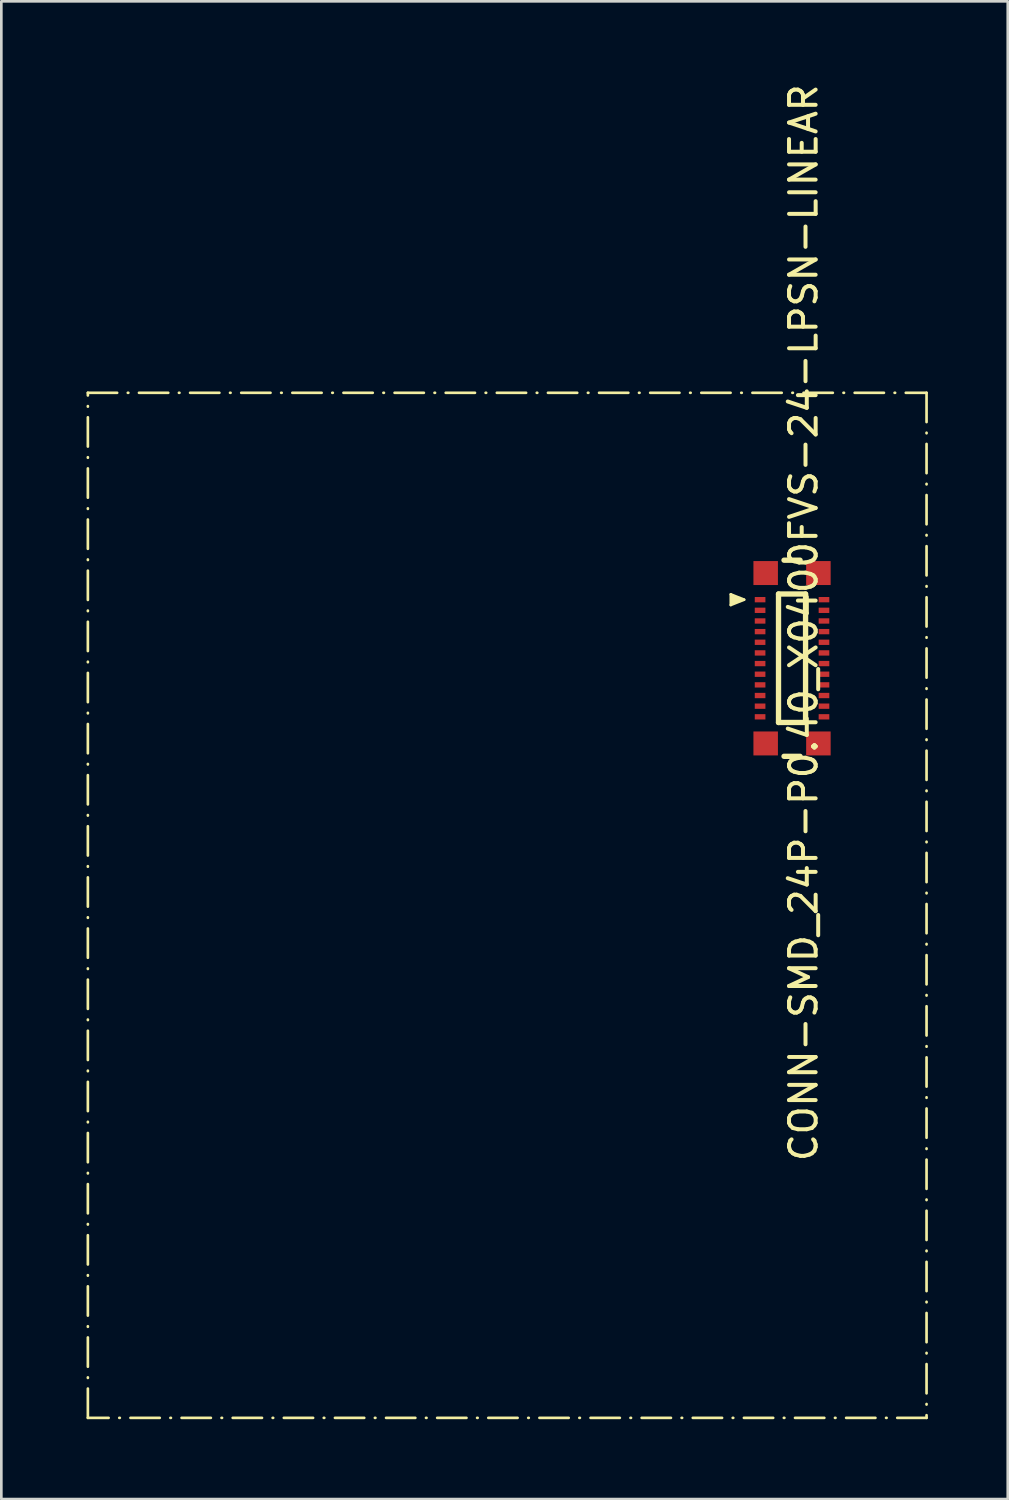
<source format=kicad_pcb>
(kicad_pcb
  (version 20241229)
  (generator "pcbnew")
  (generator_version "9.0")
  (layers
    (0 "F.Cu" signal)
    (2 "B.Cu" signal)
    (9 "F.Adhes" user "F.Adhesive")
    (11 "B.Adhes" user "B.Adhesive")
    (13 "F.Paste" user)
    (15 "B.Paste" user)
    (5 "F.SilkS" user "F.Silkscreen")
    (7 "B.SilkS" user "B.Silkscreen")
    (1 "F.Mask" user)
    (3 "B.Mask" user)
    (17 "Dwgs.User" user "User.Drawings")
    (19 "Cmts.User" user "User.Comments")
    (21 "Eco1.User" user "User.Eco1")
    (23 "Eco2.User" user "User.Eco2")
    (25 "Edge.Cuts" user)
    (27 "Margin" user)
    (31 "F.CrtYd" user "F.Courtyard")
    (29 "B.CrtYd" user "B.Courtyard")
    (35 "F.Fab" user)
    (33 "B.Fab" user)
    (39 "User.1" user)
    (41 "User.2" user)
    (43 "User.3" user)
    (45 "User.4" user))
  (footprint "CONN-SMD_24P-P0.40_X0400FVS-24-LPSN-LINEAR"
    (layer "F.Cu")
    (at 0.25 11.703)
    (property "Reference" "CONN-SMD_24P-P0.40_X0400FVS-24-LPSN-LINEAR" (at 26.88 8.636 270) (layer "F.SilkS") (effects (font (size 1 1) (thickness 0.15))))
    (fp_line (start 24.148 7.57) (end 24.148 7.97) (stroke (width 0.1) (type solid)) (layer "F.SilkS"))
    (fp_line (start 24.148 7.57) (end 24.648 7.77) (stroke (width 0.1) (type solid)) (layer "F.SilkS"))
    (fp_line (start 24.648 7.77) (end 24.148 7.97) (stroke (width 0.1) (type solid)) (layer "F.SilkS"))
    (fp_line (start 25.94 7.557) (end 25.94 12.383) (stroke (width 0.2) (type solid)) (layer "F.SilkS"))
    (fp_line (start 25.94 7.557) (end 26.956 7.557) (stroke (width 0.2) (type solid)) (layer "F.SilkS"))
    (fp_line (start 25.94 12.383) (end 26.956 12.383) (stroke (width 0.2) (type solid)) (layer "F.SilkS"))
    (fp_line (start 26.147 6.287) (end 26.749 6.287) (stroke (width 0.2) (type solid)) (layer "F.SilkS"))
    (fp_line (start 26.147 13.653) (end 26.749 13.653) (stroke (width 0.2) (type solid)) (layer "F.SilkS"))
    (fp_line (start 26.956 7.557) (end 26.956 12.383) (stroke (width 0.2) (type solid)) (layer "F.SilkS"))
    (fp_rect (start 0 0) (end 31.5 38.5) (stroke (width 0.1) (type dash_dot)) (fill no) (layer "F.SilkS"))
    (fp_poly (pts (xy 24.148 7.57) (xy 24.648 7.77) (xy 24.148 7.97)) (stroke (width 0) (type default)) (fill yes) (layer "F.SilkS"))
    (fp_line (start 24.448 5.97) (end 24.448 13.97) (stroke (width 0.1) (type solid)) (layer "Eco2.User"))
    (fp_line (start 24.448 5.97) (end 25.448 5.97) (stroke (width 0.1) (type solid)) (layer "Eco2.User"))
    (fp_line (start 24.448 13.97) (end 28.448 13.97) (stroke (width 0.1) (type solid)) (layer "Eco2.User"))
    (fp_line (start 25.448 5.97) (end 28.448 5.97) (stroke (width 0.1) (type solid)) (layer "Eco2.User"))
    (fp_line (start 25.448 9.97) (end 27.448 9.97) (stroke (width 0.1) (type solid)) (layer "Eco2.User"))
    (fp_line (start 26.448 8.97) (end 26.448 10.97) (stroke (width 0.1) (type solid)) (layer "Eco2.User"))
    (fp_line (start 28.448 5.97) (end 28.448 13.97) (stroke (width 0.1) (type solid)) (layer "Eco2.User"))
    (fp_text user "${REFERENCE}" (at 26.155 7.114 270) (unlocked yes) (layer "Eco2.User") (effects (font (size 0.762 0.762) (thickness 0.254)) (justify left bottom)))
    (pad "1" smd rect (at 27.648 12.17 270) (size 0.2 0.4) (layers "F.Cu" "F.Mask" "F.Paste"))
    (pad "2" smd rect (at 27.648 11.77 270) (size 0.2 0.4) (layers "F.Cu" "F.Mask" "F.Paste"))
    (pad "3" smd rect (at 27.648 11.37 270) (size 0.2 0.4) (layers "F.Cu" "F.Mask" "F.Paste"))
    (pad "4" smd rect (at 27.648 10.97 270) (size 0.2 0.4) (layers "F.Cu" "F.Mask" "F.Paste"))
    (pad "5" smd rect (at 27.648 10.57 270) (size 0.2 0.4) (layers "F.Cu" "F.Mask" "F.Paste"))
    (pad "6" smd rect (at 27.648 10.17 270) (size 0.2 0.4) (layers "F.Cu" "F.Mask" "F.Paste"))
    (pad "7" smd rect (at 27.648 9.77 270) (size 0.2 0.4) (layers "F.Cu" "F.Mask" "F.Paste"))
    (pad "8" smd rect (at 27.648 9.37 270) (size 0.2 0.4) (layers "F.Cu" "F.Mask" "F.Paste"))
    (pad "9" smd rect (at 27.648 8.97 270) (size 0.2 0.4) (layers "F.Cu" "F.Mask" "F.Paste"))
    (pad "10" smd rect (at 27.648 8.57 270) (size 0.2 0.4) (layers "F.Cu" "F.Mask" "F.Paste"))
    (pad "11" smd rect (at 27.648 8.17 270) (size 0.2 0.4) (layers "F.Cu" "F.Mask" "F.Paste"))
    (pad "12" smd rect (at 27.648 7.77 270) (size 0.2 0.4) (layers "F.Cu" "F.Mask" "F.Paste"))
    (pad "13" smd rect (at 25.248 7.77 270) (size 0.2 0.4) (layers "F.Cu" "F.Mask" "F.Paste"))
    (pad "14" smd rect (at 25.248 8.17 270) (size 0.2 0.4) (layers "F.Cu" "F.Mask" "F.Paste"))
    (pad "15" smd rect (at 25.248 8.57 270) (size 0.2 0.4) (layers "F.Cu" "F.Mask" "F.Paste"))
    (pad "16" smd rect (at 25.248 8.97 270) (size 0.2 0.4) (layers "F.Cu" "F.Mask" "F.Paste"))
    (pad "17" smd rect (at 25.248 9.37 270) (size 0.2 0.4) (layers "F.Cu" "F.Mask" "F.Paste"))
    (pad "18" smd rect (at 25.248 9.77 270) (size 0.2 0.4) (layers "F.Cu" "F.Mask" "F.Paste"))
    (pad "19" smd rect (at 25.248 10.17 270) (size 0.2 0.4) (layers "F.Cu" "F.Mask" "F.Paste"))
    (pad "20" smd rect (at 25.248 10.57 270) (size 0.2 0.4) (layers "F.Cu" "F.Mask" "F.Paste"))
    (pad "21" smd rect (at 25.248 10.97 270) (size 0.2 0.4) (layers "F.Cu" "F.Mask" "F.Paste"))
    (pad "22" smd rect (at 25.248 11.37 270) (size 0.2 0.4) (layers "F.Cu" "F.Mask" "F.Paste"))
    (pad "23" smd rect (at 25.248 11.77 270) (size 0.2 0.4) (layers "F.Cu" "F.Mask" "F.Paste"))
    (pad "24" smd rect (at 25.248 12.17 270) (size 0.2 0.4) (layers "F.Cu" "F.Mask" "F.Paste"))
    (pad "25" smd rect (at 27.438 13.17 270) (size 0.9 0.92) (layers "F.Cu" "F.Mask" "F.Paste"))
    (pad "26" smd rect (at 25.458 13.17 270) (size 0.9 0.92) (layers "F.Cu" "F.Mask" "F.Paste"))
    (pad "27" smd rect (at 25.458 6.77 270) (size 0.9 0.92) (layers "F.Cu" "F.Mask" "F.Paste"))
    (pad "28" smd rect (at 27.438 6.77 270) (size 0.9 0.92) (layers "F.Cu" "F.Mask" "F.Paste")))
  (gr_rect
    (start -3 -3)
    (end 34.8 53.253)
    (stroke (width 0.1) (type default))
    (fill no)
    (layer "Edge.Cuts")))
</source>
